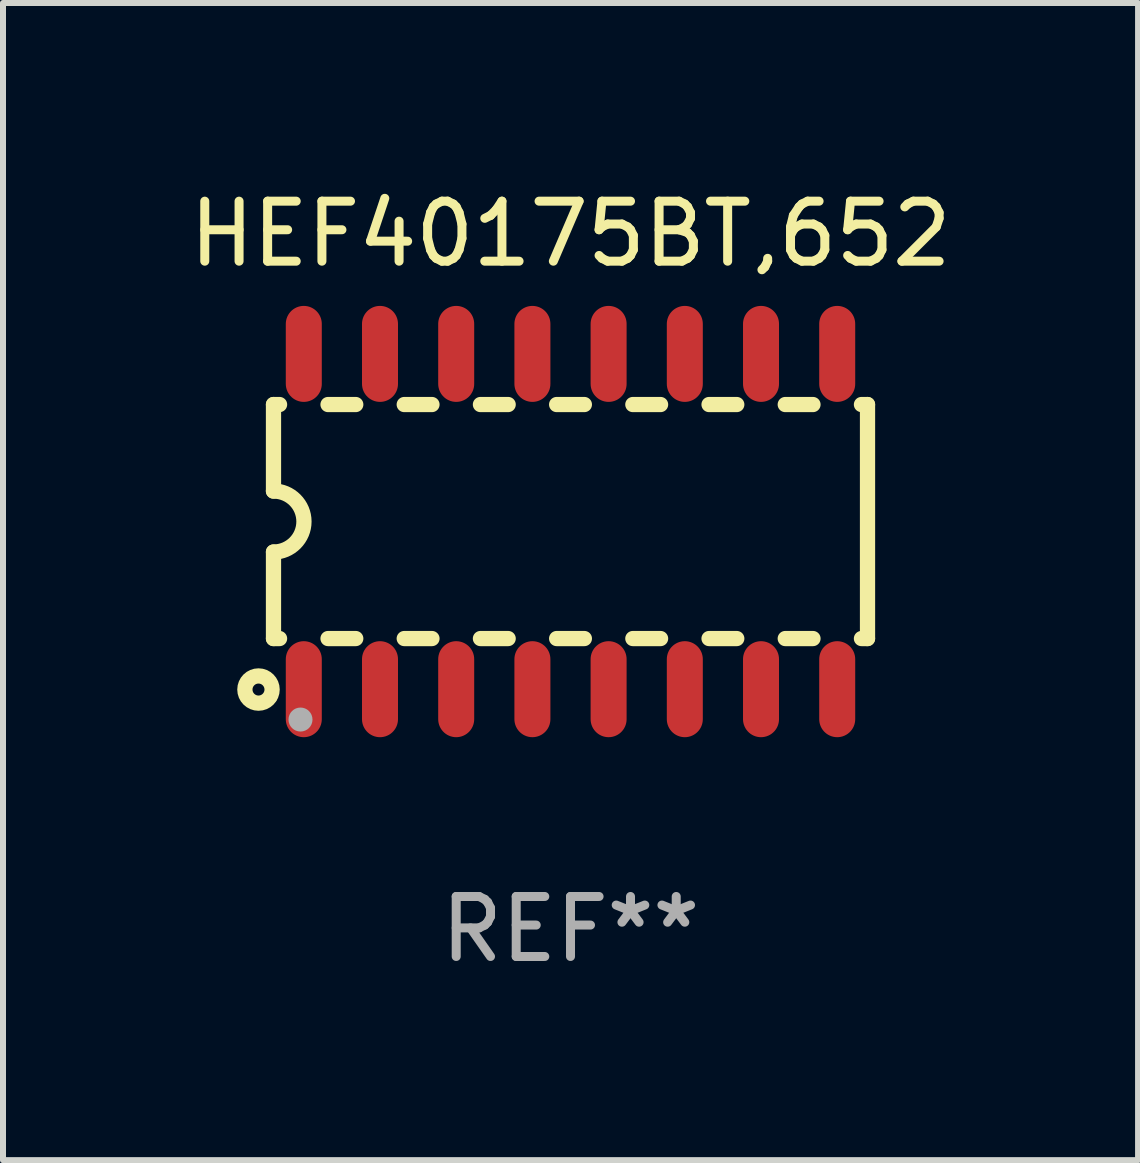
<source format=kicad_pcb>
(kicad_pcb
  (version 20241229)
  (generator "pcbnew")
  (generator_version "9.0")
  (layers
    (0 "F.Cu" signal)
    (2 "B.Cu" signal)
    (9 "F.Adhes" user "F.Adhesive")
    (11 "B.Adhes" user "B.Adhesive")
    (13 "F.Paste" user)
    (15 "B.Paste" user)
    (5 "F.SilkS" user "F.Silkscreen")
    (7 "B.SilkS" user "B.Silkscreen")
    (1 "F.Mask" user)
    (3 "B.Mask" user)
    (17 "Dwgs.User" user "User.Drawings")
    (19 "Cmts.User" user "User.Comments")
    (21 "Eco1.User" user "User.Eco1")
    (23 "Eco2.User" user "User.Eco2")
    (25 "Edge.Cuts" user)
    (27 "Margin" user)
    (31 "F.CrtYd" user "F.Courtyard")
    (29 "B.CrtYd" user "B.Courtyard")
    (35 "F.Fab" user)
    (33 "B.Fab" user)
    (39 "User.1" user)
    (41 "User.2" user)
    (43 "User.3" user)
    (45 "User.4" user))
  (footprint "HEF40175BT,652"
    (layer "F.Cu")
    (at 6.458 5.642)
    (property "Reference" "HEF40175BT,652" (at 0 -4.794 0) (layer "F.SilkS") (effects (font (size 1 1) (thickness 0.15))))
    (attr through_hole)
    (fp_line (start -4.95 -1.95) (end -4.95 -0.508) (stroke (width 0.254) (type solid)) (layer "F.SilkS"))
    (fp_line (start -4.95 -1.95) (end -4.849 -1.95) (stroke (width 0.254) (type solid)) (layer "F.SilkS"))
    (fp_line (start -4.95 1.95) (end -4.95 0.508) (stroke (width 0.254) (type solid)) (layer "F.SilkS"))
    (fp_line (start -4.95 1.95) (end -4.849 1.95) (stroke (width 0.254) (type solid)) (layer "F.SilkS"))
    (fp_line (start -4.041 -1.95) (end -3.579 -1.95) (stroke (width 0.254) (type solid)) (layer "F.SilkS"))
    (fp_line (start -4.041 1.95) (end -3.579 1.95) (stroke (width 0.254) (type solid)) (layer "F.SilkS"))
    (fp_line (start -2.771 -1.95) (end -2.309 -1.95) (stroke (width 0.254) (type solid)) (layer "F.SilkS"))
    (fp_line (start -2.771 1.95) (end -2.309 1.95) (stroke (width 0.254) (type solid)) (layer "F.SilkS"))
    (fp_line (start -1.501 -1.95) (end -1.039 -1.95) (stroke (width 0.254) (type solid)) (layer "F.SilkS"))
    (fp_line (start -1.501 1.95) (end -1.039 1.95) (stroke (width 0.254) (type solid)) (layer "F.SilkS"))
    (fp_line (start -0.231 -1.95) (end 0.231 -1.95) (stroke (width 0.254) (type solid)) (layer "F.SilkS"))
    (fp_line (start -0.231 1.95) (end 0.231 1.95) (stroke (width 0.254) (type solid)) (layer "F.SilkS"))
    (fp_line (start 1.039 -1.95) (end 1.501 -1.95) (stroke (width 0.254) (type solid)) (layer "F.SilkS"))
    (fp_line (start 1.039 1.95) (end 1.501 1.95) (stroke (width 0.254) (type solid)) (layer "F.SilkS"))
    (fp_line (start 2.309 -1.95) (end 2.771 -1.95) (stroke (width 0.254) (type solid)) (layer "F.SilkS"))
    (fp_line (start 2.309 1.95) (end 2.771 1.95) (stroke (width 0.254) (type solid)) (layer "F.SilkS"))
    (fp_line (start 3.579 -1.95) (end 4.041 -1.95) (stroke (width 0.254) (type solid)) (layer "F.SilkS"))
    (fp_line (start 3.579 1.95) (end 4.041 1.95) (stroke (width 0.254) (type solid)) (layer "F.SilkS"))
    (fp_line (start 4.849 -1.95) (end 4.95 -1.95) (stroke (width 0.254) (type solid)) (layer "F.SilkS"))
    (fp_line (start 4.849 1.95) (end 4.95 1.95) (stroke (width 0.254) (type solid)) (layer "F.SilkS"))
    (fp_line (start 4.95 -1.95) (end 4.95 1.95) (stroke (width 0.254) (type solid)) (layer "F.SilkS"))
    (fp_arc (start -4.95047 -0.508001) (mid -4.442469 -0.000228) (end -4.950013 0.508001) (stroke (width 0.254001) (type solid)) (layer "F.SilkS"))
    (fp_circle (center -5.2 2.8) (end -5.1 2.8) (stroke (width 0.254) (type solid)) (fill no) (layer "F.SilkS"))
    (fp_circle (center -4.95 2.947) (end -4.92 2.947) (stroke (width 0.06) (type solid)) (fill no) (layer "F.SilkS"))
    (fp_circle (center -4.5 3.3) (end -4.4 3.3) (stroke (width 0.2) (type solid)) (fill no) (layer "F.Fab"))
    (fp_text user "REF**" (at 0 6.794 0) (layer "F.Fab") (effects (font (size 1 1) (thickness 0.15))))
    (pad "1" smd oval (at -4.445 2.794) (size 0.6 1.6) (layers "F.Cu" "F.Mask" "F.Paste"))
    (pad "2" smd oval (at -3.175 2.794) (size 0.6 1.6) (layers "F.Cu" "F.Mask" "F.Paste"))
    (pad "3" smd oval (at -1.905 2.794) (size 0.6 1.6) (layers "F.Cu" "F.Mask" "F.Paste"))
    (pad "4" smd oval (at -0.635 2.794) (size 0.6 1.6) (layers "F.Cu" "F.Mask" "F.Paste"))
    (pad "5" smd oval (at 0.635 2.794) (size 0.6 1.6) (layers "F.Cu" "F.Mask" "F.Paste"))
    (pad "6" smd oval (at 1.905 2.794) (size 0.6 1.6) (layers "F.Cu" "F.Mask" "F.Paste"))
    (pad "7" smd oval (at 3.175 2.794) (size 0.6 1.6) (layers "F.Cu" "F.Mask" "F.Paste"))
    (pad "8" smd oval (at 4.445 2.794) (size 0.6 1.6) (layers "F.Cu" "F.Mask" "F.Paste"))
    (pad "9" smd oval (at 4.445 -2.794) (size 0.6 1.6) (layers "F.Cu" "F.Mask" "F.Paste"))
    (pad "10" smd oval (at 3.175 -2.794) (size 0.6 1.6) (layers "F.Cu" "F.Mask" "F.Paste"))
    (pad "11" smd oval (at 1.905 -2.794) (size 0.6 1.6) (layers "F.Cu" "F.Mask" "F.Paste"))
    (pad "12" smd oval (at 0.635 -2.794) (size 0.6 1.6) (layers "F.Cu" "F.Mask" "F.Paste"))
    (pad "13" smd oval (at -0.635 -2.794) (size 0.6 1.6) (layers "F.Cu" "F.Mask" "F.Paste"))
    (pad "14" smd oval (at -1.905 -2.794) (size 0.6 1.6) (layers "F.Cu" "F.Mask" "F.Paste"))
    (pad "15" smd oval (at -3.175 -2.794) (size 0.6 1.6) (layers "F.Cu" "F.Mask" "F.Paste"))
    (pad "16" smd oval (at -4.445 -2.794) (size 0.6 1.6) (layers "F.Cu" "F.Mask" "F.Paste")))
  (gr_rect
    (start -3 -3)
    (end 15.917 16.285)
    (stroke (width 0.1) (type default))
    (fill no)
    (layer "Edge.Cuts")))
</source>
